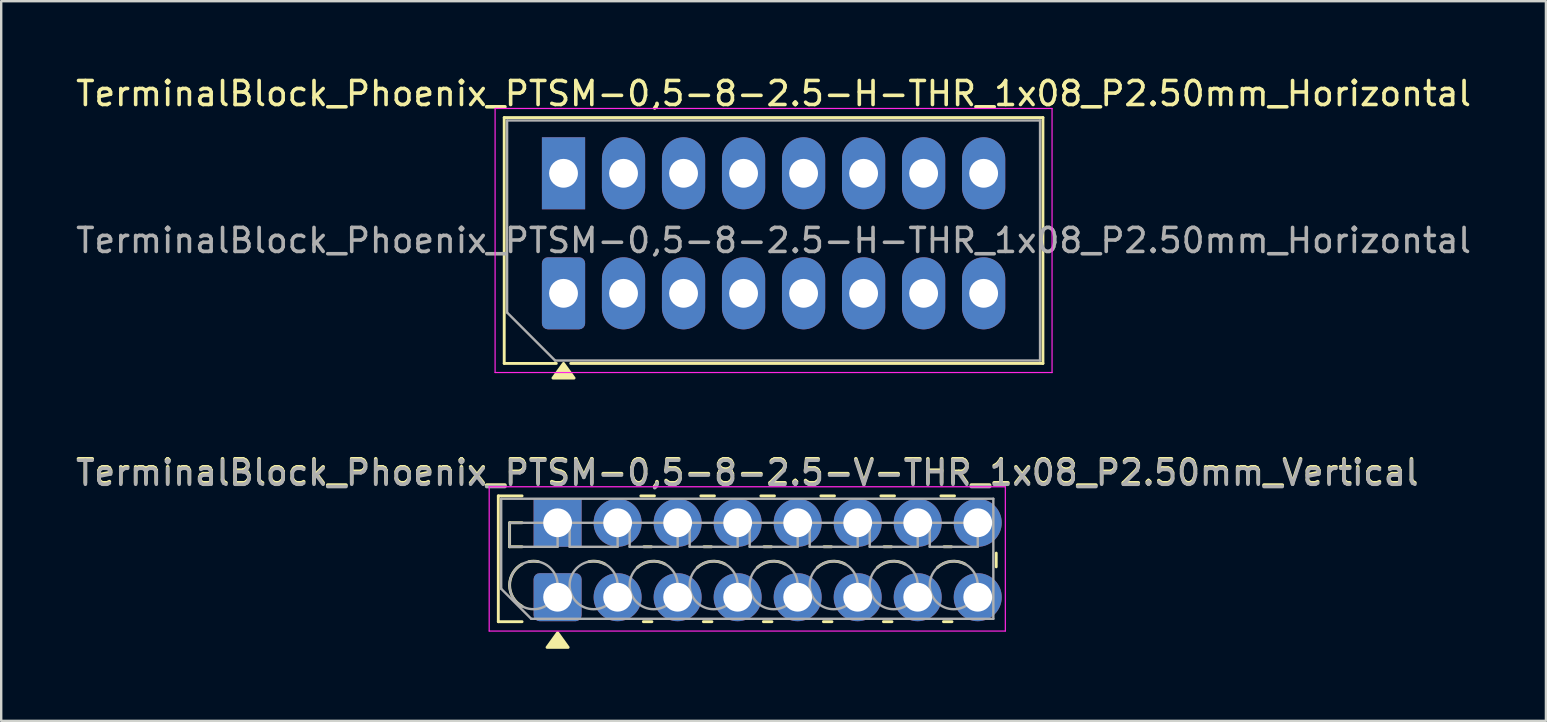
<source format=kicad_pcb>
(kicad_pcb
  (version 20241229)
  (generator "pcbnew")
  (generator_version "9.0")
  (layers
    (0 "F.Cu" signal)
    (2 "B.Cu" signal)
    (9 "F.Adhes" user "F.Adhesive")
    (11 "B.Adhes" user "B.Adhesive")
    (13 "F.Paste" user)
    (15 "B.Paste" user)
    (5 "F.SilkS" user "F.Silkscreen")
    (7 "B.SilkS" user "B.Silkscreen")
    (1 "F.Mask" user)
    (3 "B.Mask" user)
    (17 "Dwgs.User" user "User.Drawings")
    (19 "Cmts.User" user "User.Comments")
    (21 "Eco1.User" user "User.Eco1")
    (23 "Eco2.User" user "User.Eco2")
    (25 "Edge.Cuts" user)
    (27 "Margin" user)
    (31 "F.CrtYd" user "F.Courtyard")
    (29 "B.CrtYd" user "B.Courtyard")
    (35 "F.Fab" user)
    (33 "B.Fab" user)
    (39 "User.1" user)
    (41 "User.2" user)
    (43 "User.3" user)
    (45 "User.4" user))
  (footprint "TerminalBlock_Phoenix_PTSM-0,5-8-2.5-V-THR_1x08_P2.50mm_Vertical"
    (layer "F.Cu")
    (at 20.177 21.826)
    (property "Reference" "TerminalBlock_Phoenix_PTSM-0,5-8-2.5-V-THR_1x08_P2.50mm_Vertical" (at 7.9 -5.22 0) (layer "F.SilkS") (effects (font (size 1 1) (thickness 0.15))))
    (attr through_hole)
    (fp_line (start -2.47 -4.22) (end -1.48 -4.22) (stroke (width 0.12) (type solid)) (layer "F.SilkS"))
    (fp_line (start -2.47 1.02) (end -2.47 -4.22) (stroke (width 0.12) (type solid)) (layer "F.SilkS"))
    (fp_line (start -2 -3.1) (end -1.48 -3.1) (stroke (width 0.12) (type solid)) (layer "F.SilkS"))
    (fp_line (start -2 -2.1) (end -2 -3.1) (stroke (width 0.12) (type solid)) (layer "F.SilkS"))
    (fp_line (start -1.48 -2.1) (end -2 -2.1) (stroke (width 0.12) (type solid)) (layer "F.SilkS"))
    (fp_line (start -1.48 1.02) (end -2.47 1.02) (stroke (width 0.12) (type solid)) (layer "F.SilkS"))
    (fp_line (start 3.467 -4.22) (end 4.033 -4.22) (stroke (width 0.12) (type solid)) (layer "F.SilkS"))
    (fp_line (start 3.909 -2.1) (end 3.591 -2.1) (stroke (width 0.12) (type solid)) (layer "F.SilkS"))
    (fp_line (start 3.928 1.02) (end 3.572 1.02) (stroke (width 0.12) (type solid)) (layer "F.SilkS"))
    (fp_line (start 5.967 -4.22) (end 6.533 -4.22) (stroke (width 0.12) (type solid)) (layer "F.SilkS"))
    (fp_line (start 6.409 -2.1) (end 6.091 -2.1) (stroke (width 0.12) (type solid)) (layer "F.SilkS"))
    (fp_line (start 6.428 1.02) (end 6.072 1.02) (stroke (width 0.12) (type solid)) (layer "F.SilkS"))
    (fp_line (start 8.467 -4.22) (end 9.033 -4.22) (stroke (width 0.12) (type solid)) (layer "F.SilkS"))
    (fp_line (start 8.909 -2.1) (end 8.591 -2.1) (stroke (width 0.12) (type solid)) (layer "F.SilkS"))
    (fp_line (start 8.928 1.02) (end 8.572 1.02) (stroke (width 0.12) (type solid)) (layer "F.SilkS"))
    (fp_line (start 10.967 -4.22) (end 11.533 -4.22) (stroke (width 0.12) (type solid)) (layer "F.SilkS"))
    (fp_line (start 11.409 -2.1) (end 11.091 -2.1) (stroke (width 0.12) (type solid)) (layer "F.SilkS"))
    (fp_line (start 11.428 1.02) (end 11.072 1.02) (stroke (width 0.12) (type solid)) (layer "F.SilkS"))
    (fp_line (start 13.467 -4.22) (end 14.033 -4.22) (stroke (width 0.12) (type solid)) (layer "F.SilkS"))
    (fp_line (start 13.909 -2.1) (end 13.591 -2.1) (stroke (width 0.12) (type solid)) (layer "F.SilkS"))
    (fp_line (start 13.928 1.02) (end 13.572 1.02) (stroke (width 0.12) (type solid)) (layer "F.SilkS"))
    (fp_line (start 15.967 -4.22) (end 16.533 -4.22) (stroke (width 0.12) (type solid)) (layer "F.SilkS"))
    (fp_line (start 16.409 -2.1) (end 16.091 -2.1) (stroke (width 0.12) (type solid)) (layer "F.SilkS"))
    (fp_line (start 16.428 1.02) (end 16.072 1.02) (stroke (width 0.12) (type solid)) (layer "F.SilkS"))
    (fp_line (start 18.27 -1.836) (end 18.27 -1.264) (stroke (width 0.12) (type solid)) (layer "F.SilkS"))
    (fp_arc (start -1.48 0.377) (mid -2 -0.5) (end -1.48 -1.377) (stroke (width 0.12) (type solid)) (layer "F.SilkS"))
    (fp_arc (start -1.199 -1.48) (mid -1 -1.5) (end -0.801 -1.48) (stroke (width 0.12) (type solid)) (layer "F.SilkS"))
    (fp_arc (start 1.301 -1.48) (mid 1.644617 -1.48991) (end 1.971 -1.382) (stroke (width 0.12) (type solid)) (layer "F.SilkS"))
    (fp_arc (start 3.319 -1.233) (mid 3.871134 -1.492017) (end 4.471 -1.382) (stroke (width 0.12) (type solid)) (layer "F.SilkS"))
    (fp_arc (start 5.819 -1.233) (mid 6.371134 -1.492017) (end 6.971 -1.382) (stroke (width 0.12) (type solid)) (layer "F.SilkS"))
    (fp_arc (start 8.319 -1.233) (mid 8.871134 -1.492017) (end 9.471 -1.382) (stroke (width 0.12) (type solid)) (layer "F.SilkS"))
    (fp_arc (start 10.819 -1.233) (mid 11.371134 -1.492017) (end 11.971 -1.382) (stroke (width 0.12) (type solid)) (layer "F.SilkS"))
    (fp_arc (start 13.319 -1.233) (mid 13.871134 -1.492017) (end 14.471 -1.382) (stroke (width 0.12) (type solid)) (layer "F.SilkS"))
    (fp_arc (start 15.819 -1.233) (mid 16.371134 -1.492017) (end 16.971 -1.382) (stroke (width 0.12) (type solid)) (layer "F.SilkS"))
    (fp_poly (pts (xy 0 1.48) (xy 0.44 2.09) (xy -0.44 2.09)) (stroke (width 0.12) (type solid)) (fill yes) (layer "F.SilkS"))
    (fp_line (start -2.85 -4.6) (end -2.85 1.41) (stroke (width 0.05) (type solid)) (layer "F.CrtYd"))
    (fp_line (start -2.85 1.41) (end 18.65 1.41) (stroke (width 0.05) (type solid)) (layer "F.CrtYd"))
    (fp_line (start 18.65 -4.6) (end -2.85 -4.6) (stroke (width 0.05) (type solid)) (layer "F.CrtYd"))
    (fp_line (start 18.65 1.41) (end 18.65 -4.6) (stroke (width 0.05) (type solid)) (layer "F.CrtYd"))
    (fp_line (start -2.35 -4.1) (end 18.15 -4.1) (stroke (width 0.1) (type solid)) (layer "F.Fab"))
    (fp_line (start -2.35 -0.35) (end -2.35 -4.1) (stroke (width 0.1) (type solid)) (layer "F.Fab"))
    (fp_line (start -2 -3.1) (end -2 -2.1) (stroke (width 0.1) (type solid)) (layer "F.Fab"))
    (fp_line (start -2 -2.1) (end 0 -2.1) (stroke (width 0.1) (type solid)) (layer "F.Fab"))
    (fp_line (start -1.1 0.9) (end -2.35 -0.35) (stroke (width 0.1) (type solid)) (layer "F.Fab"))
    (fp_line (start 0 -3.1) (end -2 -3.1) (stroke (width 0.1) (type solid)) (layer "F.Fab"))
    (fp_line (start 0 -2.1) (end 0 -3.1) (stroke (width 0.1) (type solid)) (layer "F.Fab"))
    (fp_line (start 0.5 -3.1) (end 0.5 -2.1) (stroke (width 0.1) (type solid)) (layer "F.Fab"))
    (fp_line (start 0.5 -2.1) (end 2.5 -2.1) (stroke (width 0.1) (type solid)) (layer "F.Fab"))
    (fp_line (start 2.5 -3.1) (end 0.5 -3.1) (stroke (width 0.1) (type solid)) (layer "F.Fab"))
    (fp_line (start 2.5 -2.1) (end 2.5 -3.1) (stroke (width 0.1) (type solid)) (layer "F.Fab"))
    (fp_line (start 3 -3.1) (end 3 -2.1) (stroke (width 0.1) (type solid)) (layer "F.Fab"))
    (fp_line (start 3 -2.1) (end 5 -2.1) (stroke (width 0.1) (type solid)) (layer "F.Fab"))
    (fp_line (start 5 -3.1) (end 3 -3.1) (stroke (width 0.1) (type solid)) (layer "F.Fab"))
    (fp_line (start 5 -2.1) (end 5 -3.1) (stroke (width 0.1) (type solid)) (layer "F.Fab"))
    (fp_line (start 5.5 -3.1) (end 5.5 -2.1) (stroke (width 0.1) (type solid)) (layer "F.Fab"))
    (fp_line (start 5.5 -2.1) (end 7.5 -2.1) (stroke (width 0.1) (type solid)) (layer "F.Fab"))
    (fp_line (start 7.5 -3.1) (end 5.5 -3.1) (stroke (width 0.1) (type solid)) (layer "F.Fab"))
    (fp_line (start 7.5 -2.1) (end 7.5 -3.1) (stroke (width 0.1) (type solid)) (layer "F.Fab"))
    (fp_line (start 8 -3.1) (end 8 -2.1) (stroke (width 0.1) (type solid)) (layer "F.Fab"))
    (fp_line (start 8 -2.1) (end 10 -2.1) (stroke (width 0.1) (type solid)) (layer "F.Fab"))
    (fp_line (start 10 -3.1) (end 8 -3.1) (stroke (width 0.1) (type solid)) (layer "F.Fab"))
    (fp_line (start 10 -2.1) (end 10 -3.1) (stroke (width 0.1) (type solid)) (layer "F.Fab"))
    (fp_line (start 10.5 -3.1) (end 10.5 -2.1) (stroke (width 0.1) (type solid)) (layer "F.Fab"))
    (fp_line (start 10.5 -2.1) (end 12.5 -2.1) (stroke (width 0.1) (type solid)) (layer "F.Fab"))
    (fp_line (start 12.5 -3.1) (end 10.5 -3.1) (stroke (width 0.1) (type solid)) (layer "F.Fab"))
    (fp_line (start 12.5 -2.1) (end 12.5 -3.1) (stroke (width 0.1) (type solid)) (layer "F.Fab"))
    (fp_line (start 13 -3.1) (end 13 -2.1) (stroke (width 0.1) (type solid)) (layer "F.Fab"))
    (fp_line (start 13 -2.1) (end 15 -2.1) (stroke (width 0.1) (type solid)) (layer "F.Fab"))
    (fp_line (start 15 -3.1) (end 13 -3.1) (stroke (width 0.1) (type solid)) (layer "F.Fab"))
    (fp_line (start 15 -2.1) (end 15 -3.1) (stroke (width 0.1) (type solid)) (layer "F.Fab"))
    (fp_line (start 15.5 -3.1) (end 15.5 -2.1) (stroke (width 0.1) (type solid)) (layer "F.Fab"))
    (fp_line (start 15.5 -2.1) (end 17.5 -2.1) (stroke (width 0.1) (type solid)) (layer "F.Fab"))
    (fp_line (start 17.5 -3.1) (end 15.5 -3.1) (stroke (width 0.1) (type solid)) (layer "F.Fab"))
    (fp_line (start 17.5 -2.1) (end 17.5 -3.1) (stroke (width 0.1) (type solid)) (layer "F.Fab"))
    (fp_line (start 18.15 -4.1) (end 18.15 0.9) (stroke (width 0.1) (type solid)) (layer "F.Fab"))
    (fp_line (start 18.15 0.9) (end -1.1 0.9) (stroke (width 0.1) (type solid)) (layer "F.Fab"))
    (fp_circle (center -1 -0.5) (end 0 -0.5) (stroke (width 0.1) (type solid)) (fill no) (layer "F.Fab"))
    (fp_circle (center 1.5 -0.5) (end 2.5 -0.5) (stroke (width 0.1) (type solid)) (fill no) (layer "F.Fab"))
    (fp_circle (center 4 -0.5) (end 5 -0.5) (stroke (width 0.1) (type solid)) (fill no) (layer "F.Fab"))
    (fp_circle (center 6.5 -0.5) (end 7.5 -0.5) (stroke (width 0.1) (type solid)) (fill no) (layer "F.Fab"))
    (fp_circle (center 9 -0.5) (end 10 -0.5) (stroke (width 0.1) (type solid)) (fill no) (layer "F.Fab"))
    (fp_circle (center 11.5 -0.5) (end 12.5 -0.5) (stroke (width 0.1) (type solid)) (fill no) (layer "F.Fab"))
    (fp_circle (center 14 -0.5) (end 15 -0.5) (stroke (width 0.1) (type solid)) (fill no) (layer "F.Fab"))
    (fp_circle (center 16.5 -0.5) (end 17.5 -0.5) (stroke (width 0.1) (type solid)) (fill no) (layer "F.Fab"))
    (fp_text user "${REFERENCE}" (at 7.9 -5.16 0) (layer "F.Fab") (effects (font (size 1 1) (thickness 0.15))))
    (pad "1" thru_hole rect (at 0 -3.1) (size 2 2) (drill 1.2) (layers "*.Cu" "*.Mask"))
    (pad "1" thru_hole roundrect (at 0 0) (size 2 2) (drill 1.2) (layers "*.Cu" "*.Mask") (roundrect_rratio 0.125))
    (pad "2" thru_hole circle (at 2.5 -3.1) (size 2 2) (drill 1.2) (layers "*.Cu" "*.Mask"))
    (pad "2" thru_hole circle (at 2.5 0) (size 2 2) (drill 1.2) (layers "*.Cu" "*.Mask"))
    (pad "3" thru_hole circle (at 5 -3.1) (size 2 2) (drill 1.2) (layers "*.Cu" "*.Mask"))
    (pad "3" thru_hole circle (at 5 0) (size 2 2) (drill 1.2) (layers "*.Cu" "*.Mask"))
    (pad "4" thru_hole circle (at 7.5 -3.1) (size 2 2) (drill 1.2) (layers "*.Cu" "*.Mask"))
    (pad "4" thru_hole circle (at 7.5 0) (size 2 2) (drill 1.2) (layers "*.Cu" "*.Mask"))
    (pad "5" thru_hole circle (at 10 -3.1) (size 2 2) (drill 1.2) (layers "*.Cu" "*.Mask"))
    (pad "5" thru_hole circle (at 10 0) (size 2 2) (drill 1.2) (layers "*.Cu" "*.Mask"))
    (pad "6" thru_hole circle (at 12.5 -3.1) (size 2 2) (drill 1.2) (layers "*.Cu" "*.Mask"))
    (pad "6" thru_hole circle (at 12.5 0) (size 2 2) (drill 1.2) (layers "*.Cu" "*.Mask"))
    (pad "7" thru_hole circle (at 15 -3.1) (size 2 2) (drill 1.2) (layers "*.Cu" "*.Mask"))
    (pad "7" thru_hole circle (at 15 0) (size 2 2) (drill 1.2) (layers "*.Cu" "*.Mask"))
    (pad "8" thru_hole circle (at 17.5 -3.1) (size 2 2) (drill 1.2) (layers "*.Cu" "*.Mask"))
    (pad "8" thru_hole circle (at 17.5 0) (size 2 2) (drill 1.2) (layers "*.Cu" "*.Mask")))
  (footprint "TerminalBlock_Phoenix_PTSM-0,5-8-2.5-H-THR_1x08_P2.50mm_Horizontal"
    (layer "F.Cu")
    (at 20.423 9.168)
    (property "Reference" "TerminalBlock_Phoenix_PTSM-0,5-8-2.5-H-THR_1x08_P2.50mm_Horizontal" (at 8.75 -8.32 0) (layer "F.SilkS") (effects (font (size 1 1) (thickness 0.15))))
    (attr through_hole)
    (fp_line (start -2.47 -7.32) (end 19.97 -7.32) (stroke (width 0.12) (type solid)) (layer "F.SilkS"))
    (fp_line (start -2.47 2.92) (end -2.47 -7.32) (stroke (width 0.12) (type solid)) (layer "F.SilkS"))
    (fp_line (start -0.3 2.92) (end -2.47 2.92) (stroke (width 0.12) (type solid)) (layer "F.SilkS"))
    (fp_line (start 19.97 -7.32) (end 19.97 2.92) (stroke (width 0.12) (type solid)) (layer "F.SilkS"))
    (fp_line (start 19.97 2.92) (end 0.3 2.92) (stroke (width 0.12) (type solid)) (layer "F.SilkS"))
    (fp_poly (pts (xy 0 2.92) (xy 0.44 3.53) (xy -0.44 3.53)) (stroke (width 0.12) (type solid)) (fill yes) (layer "F.SilkS"))
    (fp_line (start -2.85 -7.7) (end -2.85 3.3) (stroke (width 0.05) (type solid)) (layer "F.CrtYd"))
    (fp_line (start -2.85 3.3) (end 20.35 3.3) (stroke (width 0.05) (type solid)) (layer "F.CrtYd"))
    (fp_line (start 20.35 -7.7) (end -2.85 -7.7) (stroke (width 0.05) (type solid)) (layer "F.CrtYd"))
    (fp_line (start 20.35 3.3) (end 20.35 -7.7) (stroke (width 0.05) (type solid)) (layer "F.CrtYd"))
    (fp_line (start -2.35 -7.2) (end 19.85 -7.2) (stroke (width 0.1) (type solid)) (layer "F.Fab"))
    (fp_line (start -2.35 0.8) (end -2.35 -7.2) (stroke (width 0.1) (type solid)) (layer "F.Fab"))
    (fp_line (start -0.35 2.8) (end -2.35 0.8) (stroke (width 0.1) (type solid)) (layer "F.Fab"))
    (fp_line (start 19.85 -7.2) (end 19.85 2.8) (stroke (width 0.1) (type solid)) (layer "F.Fab"))
    (fp_line (start 19.85 2.8) (end -0.35 2.8) (stroke (width 0.1) (type solid)) (layer "F.Fab"))
    (fp_text user "${REFERENCE}" (at 8.75 -2.2 0) (layer "F.Fab") (effects (font (size 1 1) (thickness 0.15))))
    (pad "1" thru_hole rect (at 0 -5) (size 1.8 3) (drill 1.2) (layers "*.Cu" "*.Mask"))
    (pad "1" thru_hole roundrect (at 0 0) (size 1.8 3) (drill 1.2) (layers "*.Cu" "*.Mask") (roundrect_rratio 0.139))
    (pad "2" thru_hole oval (at 2.5 -5) (size 1.8 3) (drill 1.2) (layers "*.Cu" "*.Mask"))
    (pad "2" thru_hole oval (at 2.5 0) (size 1.8 3) (drill 1.2) (layers "*.Cu" "*.Mask"))
    (pad "3" thru_hole oval (at 5 -5) (size 1.8 3) (drill 1.2) (layers "*.Cu" "*.Mask"))
    (pad "3" thru_hole oval (at 5 0) (size 1.8 3) (drill 1.2) (layers "*.Cu" "*.Mask"))
    (pad "4" thru_hole oval (at 7.5 -5) (size 1.8 3) (drill 1.2) (layers "*.Cu" "*.Mask"))
    (pad "4" thru_hole oval (at 7.5 0) (size 1.8 3) (drill 1.2) (layers "*.Cu" "*.Mask"))
    (pad "5" thru_hole oval (at 10 -5) (size 1.8 3) (drill 1.2) (layers "*.Cu" "*.Mask"))
    (pad "5" thru_hole oval (at 10 0) (size 1.8 3) (drill 1.2) (layers "*.Cu" "*.Mask"))
    (pad "6" thru_hole oval (at 12.5 -5) (size 1.8 3) (drill 1.2) (layers "*.Cu" "*.Mask"))
    (pad "6" thru_hole oval (at 12.5 0) (size 1.8 3) (drill 1.2) (layers "*.Cu" "*.Mask"))
    (pad "7" thru_hole oval (at 15 -5) (size 1.8 3) (drill 1.2) (layers "*.Cu" "*.Mask"))
    (pad "7" thru_hole oval (at 15 0) (size 1.8 3) (drill 1.2) (layers "*.Cu" "*.Mask"))
    (pad "8" thru_hole oval (at 17.5 -5) (size 1.8 3) (drill 1.2) (layers "*.Cu" "*.Mask"))
    (pad "8" thru_hole oval (at 17.5 0) (size 1.8 3) (drill 1.2) (layers "*.Cu" "*.Mask")))
  (gr_rect
    (start -3 -3)
    (end 61.345 26.977)
    (stroke (width 0.1) (type default))
    (fill no)
    (layer "Edge.Cuts")))
</source>
